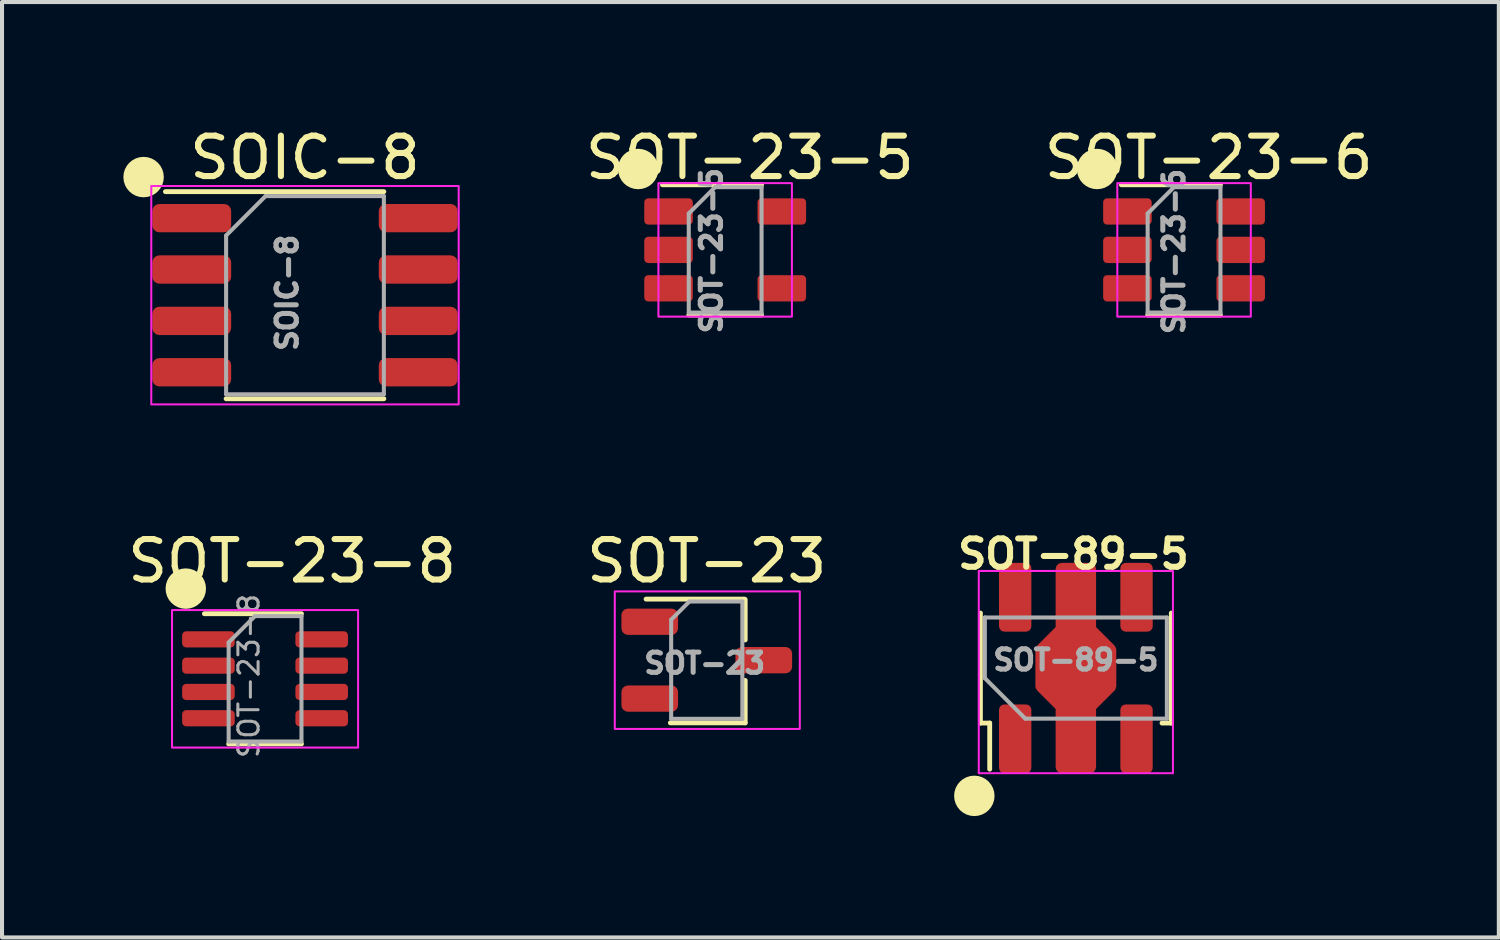
<source format=kicad_pcb>
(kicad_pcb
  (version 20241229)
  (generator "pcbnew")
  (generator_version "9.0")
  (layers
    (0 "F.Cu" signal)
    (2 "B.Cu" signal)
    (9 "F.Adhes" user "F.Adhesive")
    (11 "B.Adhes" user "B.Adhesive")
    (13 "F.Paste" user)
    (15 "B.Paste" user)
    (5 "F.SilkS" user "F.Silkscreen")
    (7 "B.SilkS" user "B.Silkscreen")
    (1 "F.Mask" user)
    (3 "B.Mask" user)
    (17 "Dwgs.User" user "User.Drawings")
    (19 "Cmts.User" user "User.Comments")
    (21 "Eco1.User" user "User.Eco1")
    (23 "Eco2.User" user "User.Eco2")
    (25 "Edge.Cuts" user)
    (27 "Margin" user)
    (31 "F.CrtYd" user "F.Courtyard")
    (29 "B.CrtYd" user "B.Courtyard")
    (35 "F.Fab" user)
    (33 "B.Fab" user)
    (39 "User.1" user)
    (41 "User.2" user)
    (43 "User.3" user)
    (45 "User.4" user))
  (footprint "SOT-23-6"
    (layer "F.Cu")
    (at 26.223 3.128)
    (property "Reference" "SOT-23-6" (at 0.61 -2.28 0) (layer "F.SilkS") (effects (font (size 1 1) (thickness 0.15))))
    (attr smd)
    (fp_line (start -0.9 1.61) (end 0.9 1.61) (stroke (width 0.12) (type solid)) (layer "F.SilkS"))
    (fp_line (start 0.9 -1.61) (end -1.55 -1.61) (stroke (width 0.12) (type solid)) (layer "F.SilkS"))
    (fp_circle (center -2.15 -2) (end -1.9 -2) (stroke (width 0.5) (type default)) (fill no) (layer "F.SilkS"))
    (fp_rect (start -1.65 -1.65) (end 1.65 1.65) (stroke (width 0.05) (type default)) (fill no) (layer "F.CrtYd"))
    (fp_line (start -0.9 -0.9) (end -0.9 1.55) (stroke (width 0.1) (type solid)) (layer "F.Fab"))
    (fp_line (start -0.9 -0.9) (end -0.25 -1.55) (stroke (width 0.1) (type solid)) (layer "F.Fab"))
    (fp_line (start 0.9 -1.55) (end -0.25 -1.55) (stroke (width 0.1) (type solid)) (layer "F.Fab"))
    (fp_line (start 0.9 -1.55) (end 0.9 1.55) (stroke (width 0.1) (type solid)) (layer "F.Fab"))
    (fp_line (start 0.9 1.55) (end -0.9 1.55) (stroke (width 0.1) (type solid)) (layer "F.Fab"))
    (fp_text user "${REFERENCE}" (at -0.25 0.04 90) (layer "F.Fab") (effects (font (size 0.5 0.5) (thickness 0.125))))
    (pad "1" smd roundrect (at -1.4 -0.95) (size 1.2 0.65) (layers "F.Cu" "F.Mask" "F.Paste") (roundrect_rratio 0.15))
    (pad "2" smd roundrect (at -1.4 0) (size 1.2 0.65) (layers "F.Cu" "F.Mask" "F.Paste") (roundrect_rratio 0.15))
    (pad "3" smd roundrect (at -1.4 0.95) (size 1.2 0.65) (layers "F.Cu" "F.Mask" "F.Paste") (roundrect_rratio 0.15))
    (pad "4" smd roundrect (at 1.4 0.95) (size 1.2 0.65) (layers "F.Cu" "F.Mask" "F.Paste") (roundrect_rratio 0.15))
    (pad "5" smd roundrect (at 1.4 0) (size 1.2 0.65) (layers "F.Cu" "F.Mask" "F.Paste") (roundrect_rratio 0.15))
    (pad "6" smd roundrect (at 1.4 -0.95) (size 1.2 0.65) (layers "F.Cu" "F.Mask" "F.Paste") (roundrect_rratio 0.15)))
  (footprint "SOT-23-8"
    (layer "F.Cu")
    (at 3.503 13.732)
    (property "Reference" "SOT-23-8" (at 0.67 -2.91 0) (layer "F.SilkS") (effects (font (size 1 1) (thickness 0.15))))
    (attr smd)
    (fp_line (start -0.9 1.61) (end 0.9 1.61) (stroke (width 0.12) (type solid)) (layer "F.SilkS"))
    (fp_line (start 0.9 -1.61) (end -1.5 -1.61) (stroke (width 0.12) (type solid)) (layer "F.SilkS"))
    (fp_circle (center -1.96 -2.23) (end -1.71 -2.23) (stroke (width 0.5) (type default)) (fill no) (layer "F.SilkS"))
    (fp_rect (start -2.3 -1.7) (end 2.3 1.7) (stroke (width 0.05) (type default)) (fill no) (layer "F.CrtYd"))
    (fp_line (start -0.9 -0.9) (end -0.9 1.55) (stroke (width 0.1) (type solid)) (layer "F.Fab"))
    (fp_line (start -0.9 -0.9) (end -0.25 -1.55) (stroke (width 0.1) (type solid)) (layer "F.Fab"))
    (fp_line (start 0.9 -1.55) (end -0.25 -1.55) (stroke (width 0.1) (type solid)) (layer "F.Fab"))
    (fp_line (start 0.9 -1.55) (end 0.9 1.55) (stroke (width 0.1) (type solid)) (layer "F.Fab"))
    (fp_line (start 0.9 1.55) (end -0.9 1.55) (stroke (width 0.1) (type solid)) (layer "F.Fab"))
    (fp_text user "${REFERENCE}" (at -0.4 -0.07 90) (layer "F.Fab") (effects (font (size 0.5 0.5) (thickness 0.075))))
    (pad "1" smd roundrect (at -1.4 -0.975) (size 1.3 0.4) (layers "F.Cu" "F.Mask" "F.Paste") (roundrect_rratio 0.25))
    (pad "2" smd roundrect (at -1.4 -0.325) (size 1.3 0.4) (layers "F.Cu" "F.Mask" "F.Paste") (roundrect_rratio 0.25))
    (pad "3" smd roundrect (at -1.4 0.325) (size 1.3 0.4) (layers "F.Cu" "F.Mask" "F.Paste") (roundrect_rratio 0.25))
    (pad "4" smd roundrect (at -1.4 0.975) (size 1.3 0.4) (layers "F.Cu" "F.Mask" "F.Paste") (roundrect_rratio 0.25))
    (pad "5" smd roundrect (at 1.4 0.975) (size 1.3 0.4) (layers "F.Cu" "F.Mask" "F.Paste") (roundrect_rratio 0.25))
    (pad "6" smd roundrect (at 1.4 0.325) (size 1.3 0.4) (layers "F.Cu" "F.Mask" "F.Paste") (roundrect_rratio 0.25))
    (pad "7" smd roundrect (at 1.4 -0.325) (size 1.3 0.4) (layers "F.Cu" "F.Mask" "F.Paste") (roundrect_rratio 0.25))
    (pad "8" smd roundrect (at 1.4 -0.975) (size 1.3 0.4) (layers "F.Cu" "F.Mask" "F.Paste") (roundrect_rratio 0.25)))
  (footprint "SOT-23-5"
    (layer "F.Cu")
    (at 14.878 3.128)
    (property "Reference" "SOT-23-5" (at 0.61 -2.28 0) (layer "F.SilkS") (effects (font (size 1 1) (thickness 0.15))))
    (attr smd)
    (fp_line (start -0.9 1.61) (end 0.9 1.61) (stroke (width 0.12) (type solid)) (layer "F.SilkS"))
    (fp_line (start 0.9 -1.61) (end -1.55 -1.61) (stroke (width 0.12) (type solid)) (layer "F.SilkS"))
    (fp_circle (center -2.15 -2) (end -1.9 -2) (stroke (width 0.5) (type default)) (fill no) (layer "F.SilkS"))
    (fp_rect (start -1.65 -1.65) (end 1.65 1.65) (stroke (width 0.05) (type default)) (fill no) (layer "F.CrtYd"))
    (fp_line (start -0.9 -0.9) (end -0.9 1.55) (stroke (width 0.1) (type solid)) (layer "F.Fab"))
    (fp_line (start -0.9 -0.9) (end -0.25 -1.55) (stroke (width 0.1) (type solid)) (layer "F.Fab"))
    (fp_line (start 0.9 -1.55) (end -0.25 -1.55) (stroke (width 0.1) (type solid)) (layer "F.Fab"))
    (fp_line (start 0.9 -1.55) (end 0.9 1.55) (stroke (width 0.1) (type solid)) (layer "F.Fab"))
    (fp_line (start 0.9 1.55) (end -0.9 1.55) (stroke (width 0.1) (type solid)) (layer "F.Fab"))
    (fp_text user "${REFERENCE}" (at -0.34 0.02 90) (layer "F.Fab") (effects (font (size 0.5 0.5) (thickness 0.125))))
    (pad "1" smd roundrect (at -1.4 -0.95) (size 1.2 0.65) (layers "F.Cu" "F.Mask" "F.Paste") (roundrect_rratio 0.15))
    (pad "2" smd roundrect (at -1.4 0) (size 1.2 0.65) (layers "F.Cu" "F.Mask" "F.Paste") (roundrect_rratio 0.15))
    (pad "3" smd roundrect (at -1.4 0.95) (size 1.2 0.65) (layers "F.Cu" "F.Mask" "F.Paste") (roundrect_rratio 0.15))
    (pad "4" smd roundrect (at 1.4 0.95) (size 1.2 0.65) (layers "F.Cu" "F.Mask" "F.Paste") (roundrect_rratio 0.15))
    (pad "5" smd roundrect (at 1.4 -0.95) (size 1.2 0.65) (layers "F.Cu" "F.Mask" "F.Paste") (roundrect_rratio 0.15)))
  (footprint "SOT-89-5"
    (layer "F.Cu")
    (at 23.548 13.466)
    (property "Reference" "SOT-89-5" (at -0.06 -2.82 180) (layer "F.SilkS") (effects (font (size 0.7 0.7) (thickness 0.15))))
    (attr smd)
    (fp_line (start -2.36 1.36) (end -2.36 -1.36) (stroke (width 0.12) (type solid)) (layer "F.SilkS"))
    (fp_line (start -2.36 1.36) (end -2.13 1.36) (stroke (width 0.12) (type solid)) (layer "F.SilkS"))
    (fp_line (start -2.13 2.5) (end -2.13 1.36) (stroke (width 0.12) (type solid)) (layer "F.SilkS"))
    (fp_line (start 2.36 -1.36) (end 2.36 1.36) (stroke (width 0.12) (type solid)) (layer "F.SilkS"))
    (fp_line (start 2.36 1.36) (end 2.13 1.36) (stroke (width 0.12) (type solid)) (layer "F.SilkS"))
    (fp_circle (center -2.51 3.16) (end -2.26 3.16) (stroke (width 0.5) (type default)) (fill no) (layer "F.SilkS"))
    (fp_rect (start 2.4 2.6) (end -2.4 -2.4) (stroke (width 0.05) (type default)) (fill no) (layer "F.CrtYd"))
    (fp_line (start -2.25 -1.25) (end 2.25 -1.25) (stroke (width 0.1) (type solid)) (layer "F.Fab"))
    (fp_line (start -2.25 0.25) (end -2.25 -1.25) (stroke (width 0.1) (type solid)) (layer "F.Fab"))
    (fp_line (start -1.25 1.25) (end -2.25 0.25) (stroke (width 0.1) (type solid)) (layer "F.Fab"))
    (fp_line (start 2.25 -1.25) (end 2.25 1.25) (stroke (width 0.1) (type solid)) (layer "F.Fab"))
    (fp_line (start 2.25 1.25) (end -1.25 1.25) (stroke (width 0.1) (type solid)) (layer "F.Fab"))
    (fp_text user "${REFERENCE}" (at 0 -0.2 180) (layer "F.Fab") (effects (font (size 0.5 0.5) (thickness 0.125))))
    (pad "1" smd roundrect (at -1.5 1.75) (size 0.8 1.7) (layers "F.Cu" "F.Mask" "F.Paste") (roundrect_rratio 0.167))
    (pad "2" smd custom (at 0 0) (size 0.7 0.7) (layers "F.Cu" "F.Mask" "F.Paste") (options (anchor rect)) (primitives (gr_poly (pts (xy -0.35 2.45) (xy 0.35 2.45) (xy 0.35 0.95) (xy 0.85 0.45) (xy 0.85 -0.45) (xy 0.35 -0.95) (xy 0.35 -2.45) (xy -0.35 -2.45) (xy -0.35 -0.95) (xy -0.85 -0.45) (xy -0.85 0.45) (xy -0.35 0.95)) (width 0.3) (fill yes))))
    (pad "3" smd roundrect (at 1.5 1.75) (size 0.8 1.7) (layers "F.Cu" "F.Mask" "F.Paste") (roundrect_rratio 0.167))
    (pad "4" smd roundrect (at 1.5 -1.75) (size 0.8 1.7) (layers "F.Cu" "F.Mask" "F.Paste") (roundrect_rratio 0.167))
    (pad "5" smd roundrect (at -1.5 -1.75) (size 0.8 1.7) (layers "F.Cu" "F.Mask" "F.Paste") (roundrect_rratio 0.167)))
  (footprint "SOT-23"
    (layer "F.Cu")
    (at 14.423 13.271)
    (property "Reference" "SOT-23" (at 0 -2.45 0) (layer "F.SilkS") (effects (font (size 1 1) (thickness 0.15))))
    (attr smd)
    (fp_line (start 0.93 -1.51) (end -1.5 -1.51) (stroke (width 0.12) (type solid)) (layer "F.SilkS"))
    (fp_line (start 0.95 -1.5) (end 0.95 -0.5) (stroke (width 0.12) (type solid)) (layer "F.SilkS"))
    (fp_line (start 0.95 0.5) (end 0.95 1.55) (stroke (width 0.12) (type solid)) (layer "F.SilkS"))
    (fp_line (start 0.95 1.55) (end -0.9 1.55) (stroke (width 0.12) (type solid)) (layer "F.SilkS"))
    (fp_rect (start -2.274 -1.7) (end 2.3 1.7) (stroke (width 0.05) (type default)) (fill no) (layer "F.CrtYd"))
    (fp_line (start -0.88 -1) (end -0.88 1.45) (stroke (width 0.1) (type solid)) (layer "F.Fab"))
    (fp_line (start -0.88 -1) (end -0.43 -1.45) (stroke (width 0.1) (type solid)) (layer "F.Fab"))
    (fp_line (start 0.88 -1.45) (end -0.43 -1.45) (stroke (width 0.1) (type solid)) (layer "F.Fab"))
    (fp_line (start 0.88 -1.45) (end 0.88 1.45) (stroke (width 0.1) (type solid)) (layer "F.Fab"))
    (fp_line (start 0.88 1.45) (end -0.88 1.45) (stroke (width 0.1) (type solid)) (layer "F.Fab"))
    (fp_text user "${REFERENCE}" (at -0.051 0.076 180) (layer "F.Fab") (effects (font (size 0.5 0.5) (thickness 0.125) (bold yes))))
    (pad "1" smd roundrect (at -1.41 -0.95) (size 1.4 0.65) (layers "F.Cu" "F.Mask" "F.Paste") (roundrect_rratio 0.25))
    (pad "2" smd roundrect (at -1.41 0.95) (size 1.4 0.65) (layers "F.Cu" "F.Mask" "F.Paste") (roundrect_rratio 0.25))
    (pad "3" smd roundrect (at 1.41 0) (size 1.4 0.65) (layers "F.Cu" "F.Mask" "F.Paste") (roundrect_rratio 0.25)))
  (footprint "SOIC-8"
    (layer "F.Cu")
    (at 4.49 4.248)
    (property "Reference" "SOIC-8" (at 0 -3.4 0) (layer "F.SilkS") (effects (font (size 1 1) (thickness 0.15))))
    (attr smd)
    (fp_line (start 1.95 -2.56) (end -3.45 -2.56) (stroke (width 0.12) (type default)) (layer "F.SilkS"))
    (fp_line (start 1.95 2.56) (end -1.95 2.56) (stroke (width 0.12) (type default)) (layer "F.SilkS"))
    (fp_circle (center -3.99 -2.92) (end -3.74 -2.92) (stroke (width 0.5) (type default)) (fill no) (layer "F.SilkS"))
    (fp_rect (start -3.8 -2.7) (end 3.8 2.7) (stroke (width 0.05) (type default)) (fill no) (layer "F.CrtYd"))
    (fp_line (start -1.95 -1.475) (end -0.975 -2.45) (stroke (width 0.1) (type solid)) (layer "F.Fab"))
    (fp_line (start -1.95 2.45) (end -1.95 -1.475) (stroke (width 0.1) (type solid)) (layer "F.Fab"))
    (fp_line (start -0.975 -2.45) (end 1.95 -2.45) (stroke (width 0.1) (type solid)) (layer "F.Fab"))
    (fp_line (start 1.95 -2.45) (end 1.95 2.45) (stroke (width 0.1) (type solid)) (layer "F.Fab"))
    (fp_line (start 1.95 2.45) (end -1.95 2.45) (stroke (width 0.1) (type solid)) (layer "F.Fab"))
    (fp_text user "${REFERENCE}" (at -0.44 -0.06 90) (layer "F.Fab") (effects (font (size 0.5 0.5) (thickness 0.125))))
    (pad "1" smd roundrect (at -2.8 -1.905) (size 1.95 0.7) (layers "F.Cu" "F.Mask" "F.Paste") (roundrect_rratio 0.25))
    (pad "2" smd roundrect (at -2.8 -0.635) (size 1.95 0.7) (layers "F.Cu" "F.Mask" "F.Paste") (roundrect_rratio 0.25))
    (pad "3" smd roundrect (at -2.8 0.635) (size 1.95 0.7) (layers "F.Cu" "F.Mask" "F.Paste") (roundrect_rratio 0.25))
    (pad "4" smd roundrect (at -2.8 1.905) (size 1.95 0.7) (layers "F.Cu" "F.Mask" "F.Paste") (roundrect_rratio 0.25))
    (pad "5" smd roundrect (at 2.8 1.905) (size 1.95 0.7) (layers "F.Cu" "F.Mask" "F.Paste") (roundrect_rratio 0.25))
    (pad "6" smd roundrect (at 2.8 0.635) (size 1.95 0.7) (layers "F.Cu" "F.Mask" "F.Paste") (roundrect_rratio 0.25))
    (pad "7" smd roundrect (at 2.8 -0.635) (size 1.95 0.7) (layers "F.Cu" "F.Mask" "F.Paste") (roundrect_rratio 0.25))
    (pad "8" smd roundrect (at 2.8 -1.905) (size 1.95 0.7) (layers "F.Cu" "F.Mask" "F.Paste") (roundrect_rratio 0.25)))
  (gr_rect
    (start -3 -3)
    (end 34.005 20.126)
    (stroke (width 0.1) (type default))
    (fill no)
    (layer "Edge.Cuts")))
</source>
